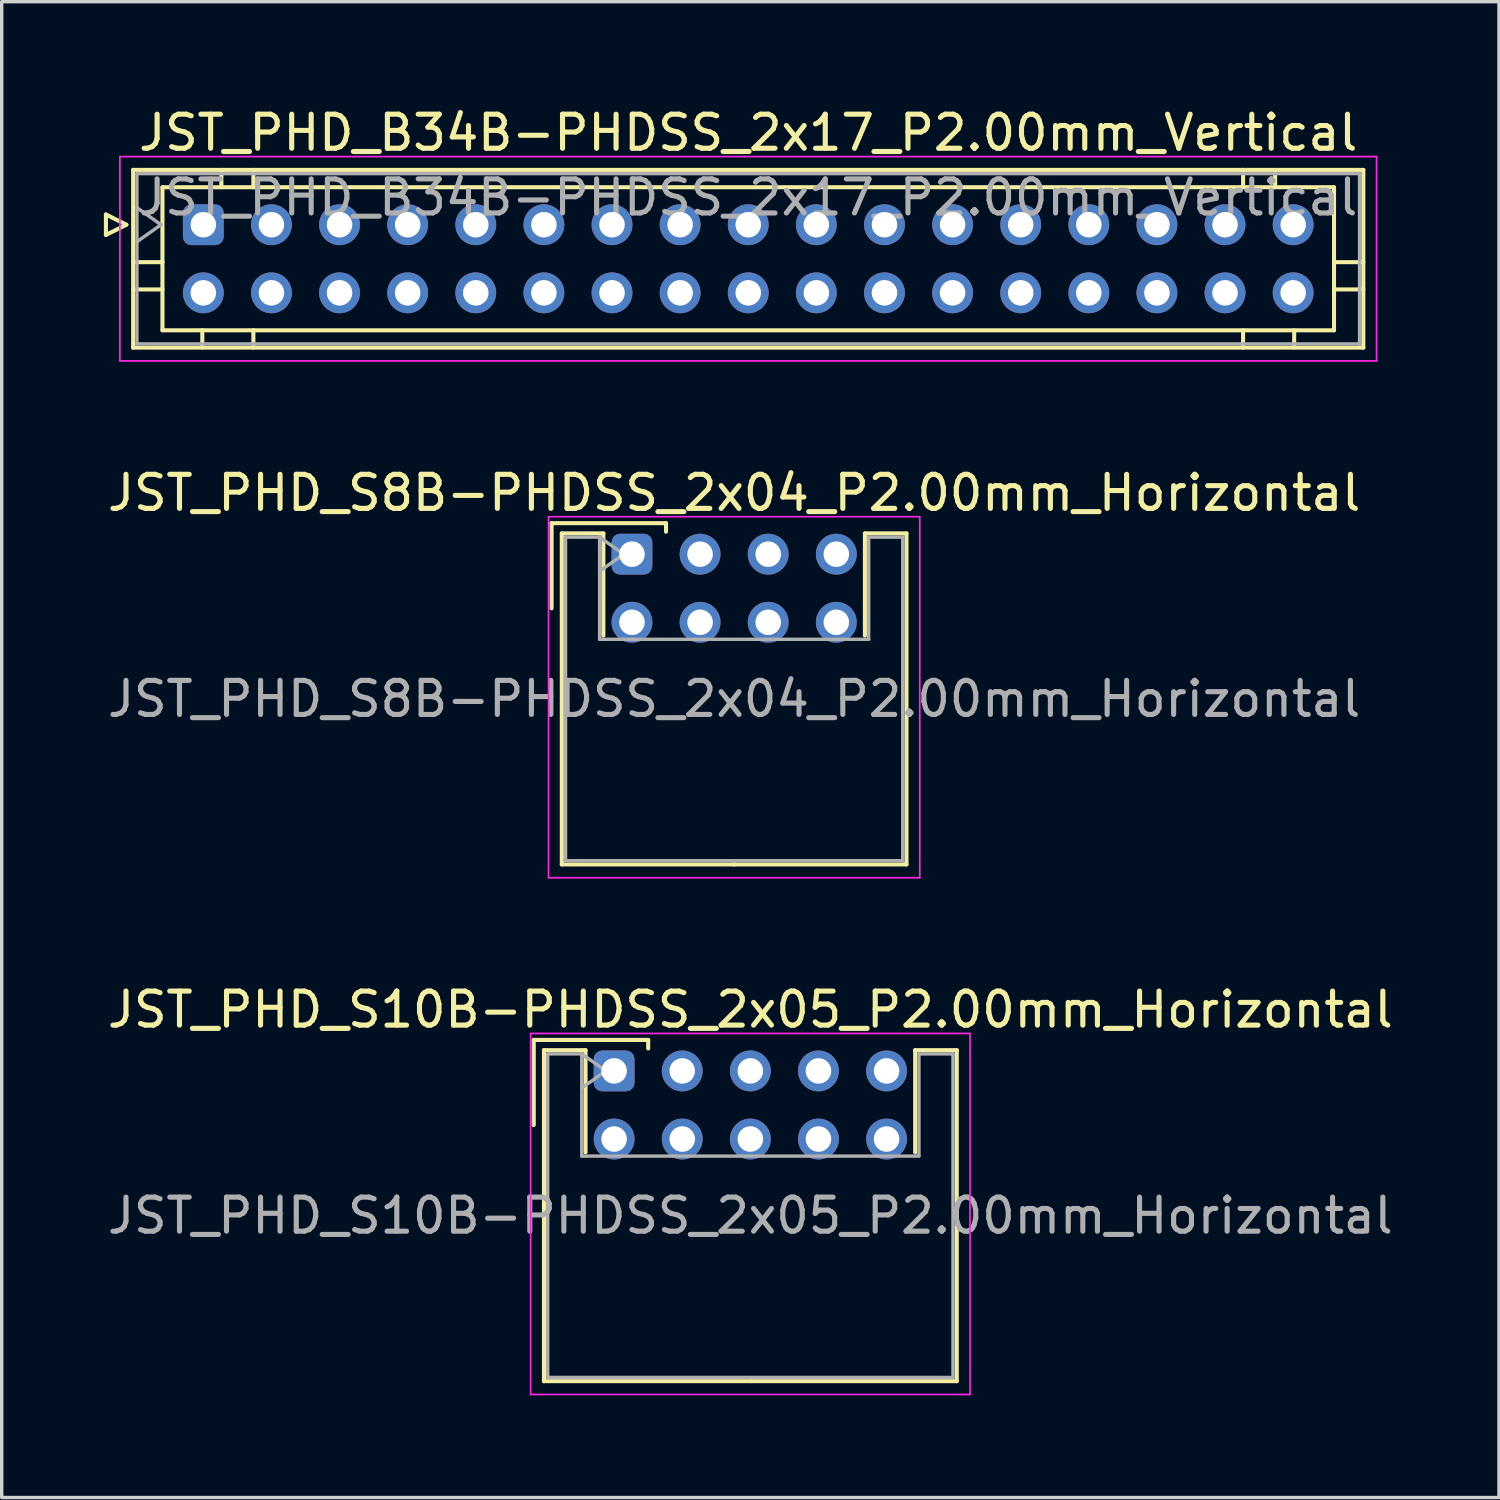
<source format=kicad_pcb>
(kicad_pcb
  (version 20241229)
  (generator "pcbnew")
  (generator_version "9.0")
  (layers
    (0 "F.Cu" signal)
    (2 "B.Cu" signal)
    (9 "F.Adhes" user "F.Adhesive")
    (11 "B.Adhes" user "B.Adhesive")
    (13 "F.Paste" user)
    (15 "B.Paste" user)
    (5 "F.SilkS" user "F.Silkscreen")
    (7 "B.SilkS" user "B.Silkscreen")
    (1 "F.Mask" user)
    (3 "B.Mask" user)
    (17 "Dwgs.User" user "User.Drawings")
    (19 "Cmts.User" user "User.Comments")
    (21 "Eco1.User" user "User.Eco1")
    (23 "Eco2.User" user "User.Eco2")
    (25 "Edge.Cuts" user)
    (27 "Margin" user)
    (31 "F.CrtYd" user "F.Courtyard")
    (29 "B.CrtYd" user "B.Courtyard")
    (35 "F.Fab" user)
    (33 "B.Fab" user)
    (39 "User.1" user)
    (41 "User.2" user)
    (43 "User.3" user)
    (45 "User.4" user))
  (footprint "JST_PHD_B34B-PHDSS_2x17_P2.00mm_Vertical"
    (layer "F.Cu")
    (at 2.92 3.548)
    (property "Reference" "JST_PHD_B34B-PHDSS_2x17_P2.00mm_Vertical" (at 16 -2.7 0) (layer "F.SilkS") (effects (font (size 1 1) (thickness 0.15))))
    (attr through_hole)
    (fp_line (start -2.86 -0.3) (end -2.26 0) (stroke (width 0.12) (type solid)) (layer "F.SilkS"))
    (fp_line (start -2.86 0.3) (end -2.86 -0.3) (stroke (width 0.12) (type solid)) (layer "F.SilkS"))
    (fp_line (start -2.26 0) (end -2.86 0.3) (stroke (width 0.12) (type solid)) (layer "F.SilkS"))
    (fp_line (start -2.06 -1.61) (end -2.06 3.61) (stroke (width 0.12) (type solid)) (layer "F.SilkS"))
    (fp_line (start -2.06 1.1) (end -1.2 1.1) (stroke (width 0.12) (type solid)) (layer "F.SilkS"))
    (fp_line (start -2.06 1.9) (end -1.2 1.9) (stroke (width 0.12) (type solid)) (layer "F.SilkS"))
    (fp_line (start -2.06 3.61) (end 34.06 3.61) (stroke (width 0.12) (type solid)) (layer "F.SilkS"))
    (fp_line (start -1.2 -1.1) (end -1.2 3.1) (stroke (width 0.12) (type solid)) (layer "F.SilkS"))
    (fp_line (start -1.2 3.1) (end 33.2 3.1) (stroke (width 0.12) (type solid)) (layer "F.SilkS"))
    (fp_line (start -0.03 3.61) (end -0.03 3.1) (stroke (width 0.12) (type solid)) (layer "F.SilkS"))
    (fp_line (start 0.53 -1.61) (end 0.53 -1.1) (stroke (width 0.12) (type solid)) (layer "F.SilkS"))
    (fp_line (start 1.47 -1.61) (end 1.47 -1.1) (stroke (width 0.12) (type solid)) (layer "F.SilkS"))
    (fp_line (start 1.47 3.61) (end 1.47 3.1) (stroke (width 0.12) (type solid)) (layer "F.SilkS"))
    (fp_line (start 30.53 -1.61) (end 30.53 -1.1) (stroke (width 0.12) (type solid)) (layer "F.SilkS"))
    (fp_line (start 30.53 3.61) (end 30.53 3.1) (stroke (width 0.12) (type solid)) (layer "F.SilkS"))
    (fp_line (start 31.47 -1.61) (end 31.47 -1.1) (stroke (width 0.12) (type solid)) (layer "F.SilkS"))
    (fp_line (start 32.03 3.61) (end 32.03 3.1) (stroke (width 0.12) (type solid)) (layer "F.SilkS"))
    (fp_line (start 33.2 -1.1) (end -1.2 -1.1) (stroke (width 0.12) (type solid)) (layer "F.SilkS"))
    (fp_line (start 33.2 3.1) (end 33.2 -1.1) (stroke (width 0.12) (type solid)) (layer "F.SilkS"))
    (fp_line (start 34.06 -1.61) (end -2.06 -1.61) (stroke (width 0.12) (type solid)) (layer "F.SilkS"))
    (fp_line (start 34.06 1.1) (end 33.2 1.1) (stroke (width 0.12) (type solid)) (layer "F.SilkS"))
    (fp_line (start 34.06 1.9) (end 33.2 1.9) (stroke (width 0.12) (type solid)) (layer "F.SilkS"))
    (fp_line (start 34.06 3.61) (end 34.06 -1.61) (stroke (width 0.12) (type solid)) (layer "F.SilkS"))
    (fp_line (start -2.45 -2) (end -2.45 4) (stroke (width 0.05) (type solid)) (layer "F.CrtYd"))
    (fp_line (start -2.45 4) (end 34.45 4) (stroke (width 0.05) (type solid)) (layer "F.CrtYd"))
    (fp_line (start 34.45 -2) (end -2.45 -2) (stroke (width 0.05) (type solid)) (layer "F.CrtYd"))
    (fp_line (start 34.45 4) (end 34.45 -2) (stroke (width 0.05) (type solid)) (layer "F.CrtYd"))
    (fp_line (start -1.95 -1.5) (end -1.95 3.5) (stroke (width 0.1) (type solid)) (layer "F.Fab"))
    (fp_line (start -1.95 0.5) (end -1.243 0) (stroke (width 0.1) (type solid)) (layer "F.Fab"))
    (fp_line (start -1.95 3.5) (end 33.95 3.5) (stroke (width 0.1) (type solid)) (layer "F.Fab"))
    (fp_line (start -1.243 0) (end -1.95 -0.5) (stroke (width 0.1) (type solid)) (layer "F.Fab"))
    (fp_line (start 33.95 -1.5) (end -1.95 -1.5) (stroke (width 0.1) (type solid)) (layer "F.Fab"))
    (fp_line (start 33.95 3.5) (end 33.95 -1.5) (stroke (width 0.1) (type solid)) (layer "F.Fab"))
    (fp_text user "${REFERENCE}" (at 16 -0.8 0) (layer "F.Fab") (effects (font (size 1 1) (thickness 0.15))))
    (pad "1" thru_hole roundrect (at 0 0) (size 1.2 1.2) (drill 0.75) (layers "*.Cu" "*.Mask") (roundrect_rratio 0.208))
    (pad "2" thru_hole circle (at 0 2) (size 1.2 1.2) (drill 0.75) (layers "*.Cu" "*.Mask"))
    (pad "3" thru_hole circle (at 2 0) (size 1.2 1.2) (drill 0.75) (layers "*.Cu" "*.Mask"))
    (pad "4" thru_hole circle (at 2 2) (size 1.2 1.2) (drill 0.75) (layers "*.Cu" "*.Mask"))
    (pad "5" thru_hole circle (at 4 0) (size 1.2 1.2) (drill 0.75) (layers "*.Cu" "*.Mask"))
    (pad "6" thru_hole circle (at 4 2) (size 1.2 1.2) (drill 0.75) (layers "*.Cu" "*.Mask"))
    (pad "7" thru_hole circle (at 6 0) (size 1.2 1.2) (drill 0.75) (layers "*.Cu" "*.Mask"))
    (pad "8" thru_hole circle (at 6 2) (size 1.2 1.2) (drill 0.75) (layers "*.Cu" "*.Mask"))
    (pad "9" thru_hole circle (at 8 0) (size 1.2 1.2) (drill 0.75) (layers "*.Cu" "*.Mask"))
    (pad "10" thru_hole circle (at 8 2) (size 1.2 1.2) (drill 0.75) (layers "*.Cu" "*.Mask"))
    (pad "11" thru_hole circle (at 10 0) (size 1.2 1.2) (drill 0.75) (layers "*.Cu" "*.Mask"))
    (pad "12" thru_hole circle (at 10 2) (size 1.2 1.2) (drill 0.75) (layers "*.Cu" "*.Mask"))
    (pad "13" thru_hole circle (at 12 0) (size 1.2 1.2) (drill 0.75) (layers "*.Cu" "*.Mask"))
    (pad "14" thru_hole circle (at 12 2) (size 1.2 1.2) (drill 0.75) (layers "*.Cu" "*.Mask"))
    (pad "15" thru_hole circle (at 14 0) (size 1.2 1.2) (drill 0.75) (layers "*.Cu" "*.Mask"))
    (pad "16" thru_hole circle (at 14 2) (size 1.2 1.2) (drill 0.75) (layers "*.Cu" "*.Mask"))
    (pad "17" thru_hole circle (at 16 0) (size 1.2 1.2) (drill 0.75) (layers "*.Cu" "*.Mask"))
    (pad "18" thru_hole circle (at 16 2) (size 1.2 1.2) (drill 0.75) (layers "*.Cu" "*.Mask"))
    (pad "19" thru_hole circle (at 18 0) (size 1.2 1.2) (drill 0.75) (layers "*.Cu" "*.Mask"))
    (pad "20" thru_hole circle (at 18 2) (size 1.2 1.2) (drill 0.75) (layers "*.Cu" "*.Mask"))
    (pad "21" thru_hole circle (at 20 0) (size 1.2 1.2) (drill 0.75) (layers "*.Cu" "*.Mask"))
    (pad "22" thru_hole circle (at 20 2) (size 1.2 1.2) (drill 0.75) (layers "*.Cu" "*.Mask"))
    (pad "23" thru_hole circle (at 22 0) (size 1.2 1.2) (drill 0.75) (layers "*.Cu" "*.Mask"))
    (pad "24" thru_hole circle (at 22 2) (size 1.2 1.2) (drill 0.75) (layers "*.Cu" "*.Mask"))
    (pad "25" thru_hole circle (at 24 0) (size 1.2 1.2) (drill 0.75) (layers "*.Cu" "*.Mask"))
    (pad "26" thru_hole circle (at 24 2) (size 1.2 1.2) (drill 0.75) (layers "*.Cu" "*.Mask"))
    (pad "27" thru_hole circle (at 26 0) (size 1.2 1.2) (drill 0.75) (layers "*.Cu" "*.Mask"))
    (pad "28" thru_hole circle (at 26 2) (size 1.2 1.2) (drill 0.75) (layers "*.Cu" "*.Mask"))
    (pad "29" thru_hole circle (at 28 0) (size 1.2 1.2) (drill 0.75) (layers "*.Cu" "*.Mask"))
    (pad "30" thru_hole circle (at 28 2) (size 1.2 1.2) (drill 0.75) (layers "*.Cu" "*.Mask"))
    (pad "31" thru_hole circle (at 30 0) (size 1.2 1.2) (drill 0.75) (layers "*.Cu" "*.Mask"))
    (pad "32" thru_hole circle (at 30 2) (size 1.2 1.2) (drill 0.75) (layers "*.Cu" "*.Mask"))
    (pad "33" thru_hole circle (at 32 0) (size 1.2 1.2) (drill 0.75) (layers "*.Cu" "*.Mask"))
    (pad "34" thru_hole circle (at 32 2) (size 1.2 1.2) (drill 0.75) (layers "*.Cu" "*.Mask")))
  (footprint "JST_PHD_S10B-PHDSS_2x05_P2.00mm_Horizontal"
    (layer "F.Cu")
    (at 14.982 28.395)
    (property "Reference" "JST_PHD_S10B-PHDSS_2x05_P2.00mm_Horizontal" (at 4 -1.8 0) (layer "F.SilkS") (effects (font (size 1 1) (thickness 0.15))))
    (attr through_hole)
    (fp_line (start -2.36 -0.91) (end -2.36 1.59) (stroke (width 0.12) (type solid)) (layer "F.SilkS"))
    (fp_line (start -2.06 -0.61) (end -2.06 9.11) (stroke (width 0.12) (type solid)) (layer "F.SilkS"))
    (fp_line (start -2.06 9.11) (end 4 9.11) (stroke (width 0.12) (type solid)) (layer "F.SilkS"))
    (fp_line (start -0.84 -0.61) (end -2.06 -0.61) (stroke (width 0.12) (type solid)) (layer "F.SilkS"))
    (fp_line (start -0.84 2.39) (end -0.84 -0.61) (stroke (width 0.12) (type solid)) (layer "F.SilkS"))
    (fp_line (start 1 -0.91) (end -2.36 -0.91) (stroke (width 0.12) (type solid)) (layer "F.SilkS"))
    (fp_line (start 1 -0.66) (end 1 -0.91) (stroke (width 0.12) (type solid)) (layer "F.SilkS"))
    (fp_line (start 8.84 -0.61) (end 10.06 -0.61) (stroke (width 0.12) (type solid)) (layer "F.SilkS"))
    (fp_line (start 8.84 2.39) (end 8.84 -0.61) (stroke (width 0.12) (type solid)) (layer "F.SilkS"))
    (fp_line (start 10.06 -0.61) (end 10.06 9.11) (stroke (width 0.12) (type solid)) (layer "F.SilkS"))
    (fp_line (start 10.06 9.11) (end 4 9.11) (stroke (width 0.12) (type solid)) (layer "F.SilkS"))
    (fp_line (start -2.45 -1.1) (end -2.45 9.5) (stroke (width 0.05) (type solid)) (layer "F.CrtYd"))
    (fp_line (start -2.45 9.5) (end 10.45 9.5) (stroke (width 0.05) (type solid)) (layer "F.CrtYd"))
    (fp_line (start 10.45 -1.1) (end -2.45 -1.1) (stroke (width 0.05) (type solid)) (layer "F.CrtYd"))
    (fp_line (start 10.45 9.5) (end 10.45 -1.1) (stroke (width 0.05) (type solid)) (layer "F.CrtYd"))
    (fp_line (start -1.95 -0.5) (end -0.95 -0.5) (stroke (width 0.1) (type solid)) (layer "F.Fab"))
    (fp_line (start -1.95 9) (end -1.95 -0.5) (stroke (width 0.1) (type solid)) (layer "F.Fab"))
    (fp_line (start -0.95 -0.5) (end -0.95 2.5) (stroke (width 0.1) (type solid)) (layer "F.Fab"))
    (fp_line (start -0.95 -0.5) (end -0.243 0) (stroke (width 0.1) (type solid)) (layer "F.Fab"))
    (fp_line (start -0.95 2.5) (end 8.95 2.5) (stroke (width 0.1) (type solid)) (layer "F.Fab"))
    (fp_line (start -0.243 0) (end -0.95 0.5) (stroke (width 0.1) (type solid)) (layer "F.Fab"))
    (fp_line (start 8.95 -0.5) (end 9.95 -0.5) (stroke (width 0.1) (type solid)) (layer "F.Fab"))
    (fp_line (start 8.95 2.5) (end 8.95 -0.5) (stroke (width 0.1) (type solid)) (layer "F.Fab"))
    (fp_line (start 9.95 -0.5) (end 9.95 9) (stroke (width 0.1) (type solid)) (layer "F.Fab"))
    (fp_line (start 9.95 9) (end -1.95 9) (stroke (width 0.1) (type solid)) (layer "F.Fab"))
    (fp_text user "${REFERENCE}" (at 4 4.25 0) (layer "F.Fab") (effects (font (size 1 1) (thickness 0.15))))
    (pad "1" thru_hole roundrect (at 0 0) (size 1.2 1.2) (drill 0.75) (layers "*.Cu" "*.Mask") (roundrect_rratio 0.208))
    (pad "2" thru_hole circle (at 0 2) (size 1.2 1.2) (drill 0.75) (layers "*.Cu" "*.Mask"))
    (pad "3" thru_hole circle (at 2 0) (size 1.2 1.2) (drill 0.75) (layers "*.Cu" "*.Mask"))
    (pad "4" thru_hole circle (at 2 2) (size 1.2 1.2) (drill 0.75) (layers "*.Cu" "*.Mask"))
    (pad "5" thru_hole circle (at 4 0) (size 1.2 1.2) (drill 0.75) (layers "*.Cu" "*.Mask"))
    (pad "6" thru_hole circle (at 4 2) (size 1.2 1.2) (drill 0.75) (layers "*.Cu" "*.Mask"))
    (pad "7" thru_hole circle (at 6 0) (size 1.2 1.2) (drill 0.75) (layers "*.Cu" "*.Mask"))
    (pad "8" thru_hole circle (at 6 2) (size 1.2 1.2) (drill 0.75) (layers "*.Cu" "*.Mask"))
    (pad "9" thru_hole circle (at 8 0) (size 1.2 1.2) (drill 0.75) (layers "*.Cu" "*.Mask"))
    (pad "10" thru_hole circle (at 8 2) (size 1.2 1.2) (drill 0.75) (layers "*.Cu" "*.Mask")))
  (footprint "JST_PHD_S8B-PHDSS_2x04_P2.00mm_Horizontal"
    (layer "F.Cu")
    (at 15.506 13.222)
    (property "Reference" "JST_PHD_S8B-PHDSS_2x04_P2.00mm_Horizontal" (at 3 -1.8 0) (layer "F.SilkS") (effects (font (size 1 1) (thickness 0.15))))
    (attr through_hole)
    (fp_line (start -2.36 -0.91) (end -2.36 1.59) (stroke (width 0.12) (type solid)) (layer "F.SilkS"))
    (fp_line (start -2.06 -0.61) (end -2.06 9.11) (stroke (width 0.12) (type solid)) (layer "F.SilkS"))
    (fp_line (start -2.06 9.11) (end 3 9.11) (stroke (width 0.12) (type solid)) (layer "F.SilkS"))
    (fp_line (start -0.84 -0.61) (end -2.06 -0.61) (stroke (width 0.12) (type solid)) (layer "F.SilkS"))
    (fp_line (start -0.84 2.39) (end -0.84 -0.61) (stroke (width 0.12) (type solid)) (layer "F.SilkS"))
    (fp_line (start 1 -0.91) (end -2.36 -0.91) (stroke (width 0.12) (type solid)) (layer "F.SilkS"))
    (fp_line (start 1 -0.66) (end 1 -0.91) (stroke (width 0.12) (type solid)) (layer "F.SilkS"))
    (fp_line (start 6.84 -0.61) (end 8.06 -0.61) (stroke (width 0.12) (type solid)) (layer "F.SilkS"))
    (fp_line (start 6.84 2.39) (end 6.84 -0.61) (stroke (width 0.12) (type solid)) (layer "F.SilkS"))
    (fp_line (start 8.06 -0.61) (end 8.06 9.11) (stroke (width 0.12) (type solid)) (layer "F.SilkS"))
    (fp_line (start 8.06 9.11) (end 3 9.11) (stroke (width 0.12) (type solid)) (layer "F.SilkS"))
    (fp_line (start -2.45 -1.1) (end -2.45 9.5) (stroke (width 0.05) (type solid)) (layer "F.CrtYd"))
    (fp_line (start -2.45 9.5) (end 8.45 9.5) (stroke (width 0.05) (type solid)) (layer "F.CrtYd"))
    (fp_line (start 8.45 -1.1) (end -2.45 -1.1) (stroke (width 0.05) (type solid)) (layer "F.CrtYd"))
    (fp_line (start 8.45 9.5) (end 8.45 -1.1) (stroke (width 0.05) (type solid)) (layer "F.CrtYd"))
    (fp_line (start -1.95 -0.5) (end -0.95 -0.5) (stroke (width 0.1) (type solid)) (layer "F.Fab"))
    (fp_line (start -1.95 9) (end -1.95 -0.5) (stroke (width 0.1) (type solid)) (layer "F.Fab"))
    (fp_line (start -0.95 -0.5) (end -0.95 2.5) (stroke (width 0.1) (type solid)) (layer "F.Fab"))
    (fp_line (start -0.95 -0.5) (end -0.243 0) (stroke (width 0.1) (type solid)) (layer "F.Fab"))
    (fp_line (start -0.95 2.5) (end 6.95 2.5) (stroke (width 0.1) (type solid)) (layer "F.Fab"))
    (fp_line (start -0.243 0) (end -0.95 0.5) (stroke (width 0.1) (type solid)) (layer "F.Fab"))
    (fp_line (start 6.95 -0.5) (end 7.95 -0.5) (stroke (width 0.1) (type solid)) (layer "F.Fab"))
    (fp_line (start 6.95 2.5) (end 6.95 -0.5) (stroke (width 0.1) (type solid)) (layer "F.Fab"))
    (fp_line (start 7.95 -0.5) (end 7.95 9) (stroke (width 0.1) (type solid)) (layer "F.Fab"))
    (fp_line (start 7.95 9) (end -1.95 9) (stroke (width 0.1) (type solid)) (layer "F.Fab"))
    (fp_text user "${REFERENCE}" (at 3 4.25 0) (layer "F.Fab") (effects (font (size 1 1) (thickness 0.15))))
    (pad "1" thru_hole roundrect (at 0 0) (size 1.2 1.2) (drill 0.75) (layers "*.Cu" "*.Mask") (roundrect_rratio 0.208))
    (pad "2" thru_hole circle (at 0 2) (size 1.2 1.2) (drill 0.75) (layers "*.Cu" "*.Mask"))
    (pad "3" thru_hole circle (at 2 0) (size 1.2 1.2) (drill 0.75) (layers "*.Cu" "*.Mask"))
    (pad "4" thru_hole circle (at 2 2) (size 1.2 1.2) (drill 0.75) (layers "*.Cu" "*.Mask"))
    (pad "5" thru_hole circle (at 4 0) (size 1.2 1.2) (drill 0.75) (layers "*.Cu" "*.Mask"))
    (pad "6" thru_hole circle (at 4 2) (size 1.2 1.2) (drill 0.75) (layers "*.Cu" "*.Mask"))
    (pad "7" thru_hole circle (at 6 0) (size 1.2 1.2) (drill 0.75) (layers "*.Cu" "*.Mask"))
    (pad "8" thru_hole circle (at 6 2) (size 1.2 1.2) (drill 0.75) (layers "*.Cu" "*.Mask")))
  (gr_rect
    (start -3 -3)
    (end 40.964 40.92)
    (stroke (width 0.1) (type default))
    (fill no)
    (layer "Edge.Cuts")))
</source>
